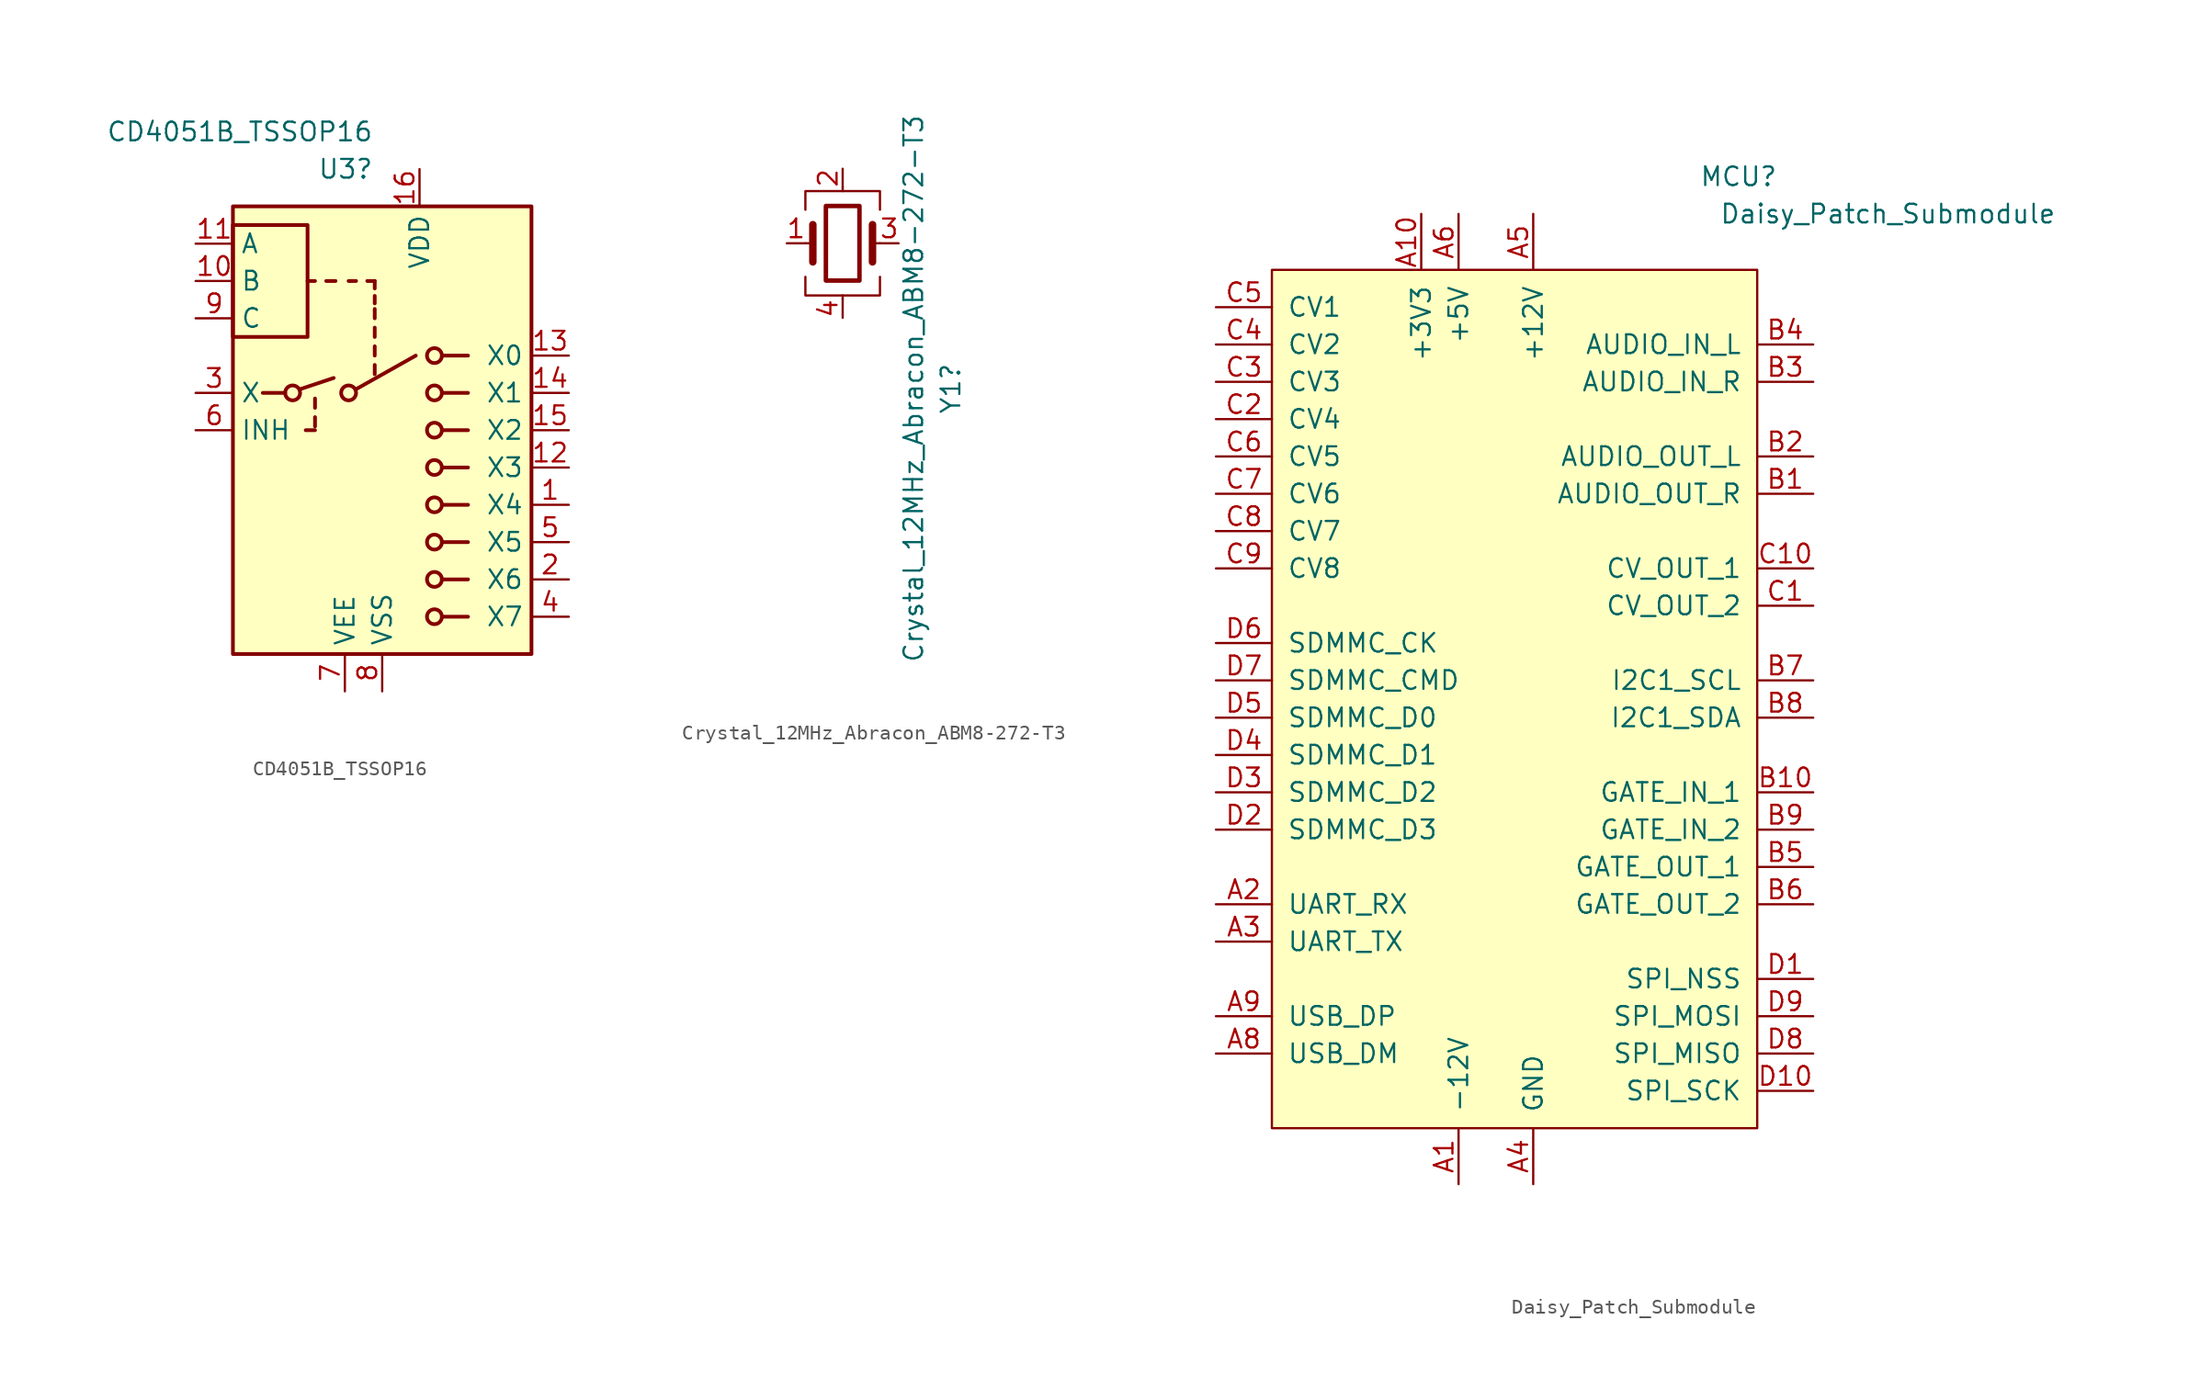
<source format=kicad_sym>
(kicad_symbol_lib
  (version 20241209)
  (generator "kicad_symbol_editor")
  (generator_version "9.0")
  (symbol "CD4051B_TSSOP16"
    (property "Reference" "U3"
      (at -0.578 17.78 0)
      (effects (font (size 1.27 1.27)) (justify right)))
    (property "Value" "CD4051B_TSSOP16"
      (at -0.578 20.32 0)
      (effects (font (size 1.27 1.27)) (justify right)))
    (symbol "CD4051B_TSSOP16_0_1"
      (rectangle (start -10.16 15.24) (end 10.16 -15.24) (stroke (width 0.254) (type default)) (fill (type background)))
      (rectangle (start -10.16 6.35) (end -5.08 13.97) (stroke (width 0.254) (type default)) (fill (type none)))
      (polyline (pts (xy -8.128 2.54) (xy -6.604 2.54)) (stroke (width 0.254) (type default)) (fill (type none)))
      (circle (center -6.096 2.54) (radius 0.508) (stroke (width 0.254) (type default)) (fill (type none)))
      (polyline (pts (xy -5.588 2.794) (xy -3.302 3.556)) (stroke (width 0.254) (type default)) (fill (type none)))
      (polyline (pts (xy -4.572 10.16) (xy -5.08 10.16)) (stroke (width 0.254) (type default)) (fill (type none)))
      (polyline (pts (xy -4.572 1.524) (xy -4.572 2.159)) (stroke (width 0.254) (type default)) (fill (type none)))
      (polyline (pts (xy -4.572 0.254) (xy -4.572 0.889)) (stroke (width 0.254) (type default)) (fill (type none)))
      (polyline (pts (xy -4.572 0) (xy -5.207 0)) (stroke (width 0.254) (type default)) (fill (type none)))
      (polyline (pts (xy -3.81 10.16) (xy -3.175 10.16)) (stroke (width 0.254) (type default)) (fill (type none)))
      (circle (center -2.286 2.54) (radius 0.508) (stroke (width 0.254) (type default)) (fill (type none)))
      (polyline (pts (xy -1.778 10.16) (xy -2.286 10.16)) (stroke (width 0.254) (type default)) (fill (type none)))
      (polyline (pts (xy -1.778 2.794) (xy 2.286 5.08)) (stroke (width 0.254) (type default)) (fill (type none)))
      (polyline (pts (xy -0.508 10.16) (xy -1.016 10.16)) (stroke (width 0.254) (type default)) (fill (type none)))
      (polyline (pts (xy -0.508 9.652) (xy -0.508 10.16)) (stroke (width 0.254) (type default)) (fill (type none)))
      (polyline (pts (xy -0.508 8.636) (xy -0.508 9.144)) (stroke (width 0.254) (type default)) (fill (type none)))
      (polyline (pts (xy -0.508 7.62) (xy -0.508 8.255)) (stroke (width 0.254) (type default)) (fill (type none)))
      (polyline (pts (xy -0.508 6.35) (xy -0.508 6.985)) (stroke (width 0.254) (type default)) (fill (type none)))
      (polyline (pts (xy -0.508 5.08) (xy -0.508 5.715)) (stroke (width 0.254) (type default)) (fill (type none)))
      (polyline (pts (xy -0.508 3.81) (xy -0.508 4.445)) (stroke (width 0.254) (type default)) (fill (type none)))
      (circle (center 3.556 5.08) (radius 0.508) (stroke (width 0.254) (type default)) (fill (type none)))
      (circle (center 3.556 2.54) (radius 0.508) (stroke (width 0.254) (type default)) (fill (type none)))
      (circle (center 3.556 0) (radius 0.508) (stroke (width 0.254) (type default)) (fill (type none)))
      (circle (center 3.556 -2.54) (radius 0.508) (stroke (width 0.254) (type default)) (fill (type none)))
      (circle (center 3.556 -5.08) (radius 0.508) (stroke (width 0.254) (type default)) (fill (type none)))
      (circle (center 3.556 -7.62) (radius 0.508) (stroke (width 0.254) (type default)) (fill (type none)))
      (circle (center 3.556 -10.16) (radius 0.508) (stroke (width 0.254) (type default)) (fill (type none)))
      (circle (center 3.556 -12.7) (radius 0.508) (stroke (width 0.254) (type default)) (fill (type none)))
      (polyline (pts (xy 4.064 5.08) (xy 5.842 5.08)) (stroke (width 0.254) (type default)) (fill (type none)))
      (polyline (pts (xy 4.064 2.54) (xy 5.842 2.54)) (stroke (width 0.254) (type default)) (fill (type none)))
      (polyline (pts (xy 4.064 0) (xy 5.842 0)) (stroke (width 0.254) (type default)) (fill (type none)))
      (polyline (pts (xy 4.064 -2.54) (xy 5.842 -2.54)) (stroke (width 0.254) (type default)) (fill (type none)))
      (polyline (pts (xy 4.064 -5.08) (xy 5.842 -5.08)) (stroke (width 0.254) (type default)) (fill (type none)))
      (polyline (pts (xy 4.064 -7.62) (xy 5.842 -7.62)) (stroke (width 0.254) (type default)) (fill (type none)))
      (polyline (pts (xy 4.064 -10.16) (xy 5.842 -10.16)) (stroke (width 0.254) (type default)) (fill (type none)))
      (polyline (pts (xy 4.064 -12.7) (xy 5.842 -12.7)) (stroke (width 0.254) (type default)) (fill (type none))))
    (symbol "CD4051B_TSSOP16_1_1"
      (pin input line (at -12.7 12.7 0) (length 2.54) (name "A" (effects (font (size 1.27 1.27)))) (number "11" (effects (font (size 1.27 1.27)))))
      (pin input line (at -12.7 10.16 0) (length 2.54) (name "B" (effects (font (size 1.27 1.27)))) (number "10" (effects (font (size 1.27 1.27)))))
      (pin input line (at -12.7 7.62 0) (length 2.54) (name "C" (effects (font (size 1.27 1.27)))) (number "9" (effects (font (size 1.27 1.27)))))
      (pin bidirectional line (at -12.7 2.54 0) (length 2.54) (name "X" (effects (font (size 1.27 1.27)))) (number "3" (effects (font (size 1.27 1.27)))))
      (pin input line (at -12.7 0 0) (length 2.54) (name "INH" (effects (font (size 1.27 1.27)))) (number "6" (effects (font (size 1.27 1.27)))))
      (pin power_in line (at -2.54 -17.78 90) (length 2.54) (name "VEE" (effects (font (size 1.27 1.27)))) (number "7" (effects (font (size 1.27 1.27)))))
      (pin power_in line (at 0 -17.78 90) (length 2.54) (name "VSS" (effects (font (size 1.27 1.27)))) (number "8" (effects (font (size 1.27 1.27)))))
      (pin power_in line (at 2.54 17.78 270) (length 2.54) (name "VDD" (effects (font (size 1.27 1.27)))) (number "16" (effects (font (size 1.27 1.27)))))
      (pin bidirectional line (at 12.7 5.08 180) (length 2.54) (name "X0" (effects (font (size 1.27 1.27)))) (number "13" (effects (font (size 1.27 1.27)))))
      (pin bidirectional line (at 12.7 2.54 180) (length 2.54) (name "X1" (effects (font (size 1.27 1.27)))) (number "14" (effects (font (size 1.27 1.27)))))
      (pin bidirectional line (at 12.7 0 180) (length 2.54) (name "X2" (effects (font (size 1.27 1.27)))) (number "15" (effects (font (size 1.27 1.27)))))
      (pin bidirectional line (at 12.7 -2.54 180) (length 2.54) (name "X3" (effects (font (size 1.27 1.27)))) (number "12" (effects (font (size 1.27 1.27)))))
      (pin bidirectional line (at 12.7 -5.08 180) (length 2.54) (name "X4" (effects (font (size 1.27 1.27)))) (number "1" (effects (font (size 1.27 1.27)))))
      (pin bidirectional line (at 12.7 -7.62 180) (length 2.54) (name "X5" (effects (font (size 1.27 1.27)))) (number "5" (effects (font (size 1.27 1.27)))))
      (pin bidirectional line (at 12.7 -10.16 180) (length 2.54) (name "X6" (effects (font (size 1.27 1.27)))) (number "2" (effects (font (size 1.27 1.27)))))
      (pin bidirectional line (at 12.7 -12.7 180) (length 2.54) (name "X7" (effects (font (size 1.27 1.27)))) (number "4" (effects (font (size 1.27 1.27)))))))
  (symbol "Crystal_12MHz_Abracon_ABM8-272-T3"
    (pin_names
      (offset 1.016)
      (hide yes))
    (property "Reference" "Y1"
      (at 7.366 -9.906 90)
      (effects (font (size 1.27 1.27))))
    (property "Value" "Crystal_12MHz_Abracon_ABM8-272-T3"
      (at 4.826 -9.906 90)
      (effects (font (size 1.27 1.27))))
    (symbol "Crystal_12MHz_Abracon_ABM8-272-T3_0_1"
      (polyline (pts (xy -2.54 2.286) (xy -2.54 3.556) (xy 2.54 3.556) (xy 2.54 2.286)) (stroke (width 0) (type default)) (fill (type none)))
      (polyline (pts (xy -2.54 0) (xy -2.032 0)) (stroke (width 0) (type default)) (fill (type none)))
      (polyline (pts (xy -2.54 -2.286) (xy -2.54 -3.556) (xy 2.54 -3.556) (xy 2.54 -2.286)) (stroke (width 0) (type default)) (fill (type none)))
      (polyline (pts (xy -2.032 -1.27) (xy -2.032 1.27)) (stroke (width 0.508) (type default)) (fill (type none)))
      (rectangle (start -1.143 2.54) (end 1.143 -2.54) (stroke (width 0.305) (type default)) (fill (type none)))
      (polyline (pts (xy 0 3.556) (xy 0 3.81)) (stroke (width 0) (type default)) (fill (type none)))
      (polyline (pts (xy 0 -3.81) (xy 0 -3.556)) (stroke (width 0) (type default)) (fill (type none)))
      (polyline (pts (xy 2.032 0) (xy 2.54 0)) (stroke (width 0) (type default)) (fill (type none)))
      (polyline (pts (xy 2.032 -1.27) (xy 2.032 1.27)) (stroke (width 0.508) (type default)) (fill (type none))))
    (symbol "Crystal_12MHz_Abracon_ABM8-272-T3_1_1"
      (pin passive line (at -3.81 0 0) (length 1.27) (name "1" (effects (font (size 1.27 1.27)))) (number "1" (effects (font (size 1.27 1.27)))))
      (pin passive line (at 0 5.08 270) (length 1.27) (name "2" (effects (font (size 1.27 1.27)))) (number "2" (effects (font (size 1.27 1.27)))))
      (pin passive line (at 0 -5.08 90) (length 1.27) (name "4" (effects (font (size 1.27 1.27)))) (number "4" (effects (font (size 1.27 1.27)))))
      (pin passive line (at 3.81 0 180) (length 1.27) (name "3" (effects (font (size 1.27 1.27)))) (number "3" (effects (font (size 1.27 1.27)))))))
  (symbol "Daisy_Patch_Submodule"
    (pin_names
      (offset 1.016))
    (property "Reference" "MCU"
      (at 15.24 35.56 0)
      (effects (font (size 1.27 1.27))))
    (property "Value" "Daisy_Patch_Submodule"
      (at 25.4 33.02 0)
      (effects (font (size 1.27 1.27))))
    (symbol "Daisy_Patch_Submodule_1_1"
      (rectangle (start -16.51 29.21) (end 16.51 -29.21) (stroke (width 0) (type solid)) (fill (type background)))
      (pin input line (at -20.32 26.67 0) (length 3.81) (name "CV1" (effects (font (size 1.27 1.27)))) (number "C5" (effects (font (size 1.27 1.27)))))
      (pin input line (at -20.32 24.13 0) (length 3.81) (name "CV2" (effects (font (size 1.27 1.27)))) (number "C4" (effects (font (size 1.27 1.27)))))
      (pin input line (at -20.32 21.59 0) (length 3.81) (name "CV3" (effects (font (size 1.27 1.27)))) (number "C3" (effects (font (size 1.27 1.27)))))
      (pin input line (at -20.32 19.05 0) (length 3.81) (name "CV4" (effects (font (size 1.27 1.27)))) (number "C2" (effects (font (size 1.27 1.27)))))
      (pin input line (at -20.32 16.51 0) (length 3.81) (name "CV5" (effects (font (size 1.27 1.27)))) (number "C6" (effects (font (size 1.27 1.27)))))
      (pin input line (at -20.32 13.97 0) (length 3.81) (name "CV6" (effects (font (size 1.27 1.27)))) (number "C7" (effects (font (size 1.27 1.27)))))
      (pin input line (at -20.32 11.43 0) (length 3.81) (name "CV7" (effects (font (size 1.27 1.27)))) (number "C8" (effects (font (size 1.27 1.27)))))
      (pin input line (at -20.32 8.89 0) (length 3.81) (name "CV8" (effects (font (size 1.27 1.27)))) (number "C9" (effects (font (size 1.27 1.27)))))
      (pin output line (at -20.32 3.81 0) (length 3.81) (name "SDMMC_CK" (effects (font (size 1.27 1.27)))) (number "D6" (effects (font (size 1.27 1.27)))))
      (pin output line (at -20.32 1.27 0) (length 3.81) (name "SDMMC_CMD" (effects (font (size 1.27 1.27)))) (number "D7" (effects (font (size 1.27 1.27)))))
      (pin bidirectional line (at -20.32 -1.27 0) (length 3.81) (name "SDMMC_D0" (effects (font (size 1.27 1.27)))) (number "D5" (effects (font (size 1.27 1.27)))))
      (pin bidirectional line (at -20.32 -3.81 0) (length 3.81) (name "SDMMC_D1" (effects (font (size 1.27 1.27)))) (number "D4" (effects (font (size 1.27 1.27)))))
      (pin bidirectional line (at -20.32 -6.35 0) (length 3.81) (name "SDMMC_D2" (effects (font (size 1.27 1.27)))) (number "D3" (effects (font (size 1.27 1.27)))))
      (pin bidirectional line (at -20.32 -8.89 0) (length 3.81) (name "SDMMC_D3" (effects (font (size 1.27 1.27)))) (number "D2" (effects (font (size 1.27 1.27)))))
      (pin input line (at -20.32 -13.97 0) (length 3.81) (name "UART_RX" (effects (font (size 1.27 1.27)))) (number "A2" (effects (font (size 1.27 1.27)))))
      (pin output line (at -20.32 -16.51 0) (length 3.81) (name "UART_TX" (effects (font (size 1.27 1.27)))) (number "A3" (effects (font (size 1.27 1.27)))))
      (pin bidirectional line (at -20.32 -21.59 0) (length 3.81) (name "USB_DP" (effects (font (size 1.27 1.27)))) (number "A9" (effects (font (size 1.27 1.27)))))
      (pin bidirectional line (at -20.32 -24.13 0) (length 3.81) (name "USB_DM" (effects (font (size 1.27 1.27)))) (number "A8" (effects (font (size 1.27 1.27)))))
      (pin power_out line (at -6.35 33.02 270) (length 3.81) (name "+3V3" (effects (font (size 1.27 1.27)))) (number "A10" (effects (font (size 1.27 1.27)))))
      (pin power_out line (at -3.81 33.02 270) (length 3.81) (name "+5V" (effects (font (size 1.27 1.27)))) (number "A6" (effects (font (size 1.27 1.27)))))
      (pin power_in line (at -3.81 -33.02 90) (length 3.81) (name "-12V" (effects (font (size 1.27 1.27)))) (number "A1" (effects (font (size 1.27 1.27)))))
      (pin power_in line (at 1.27 33.02 270) (length 3.81) (name "+12V" (effects (font (size 1.27 1.27)))) (number "A5" (effects (font (size 1.27 1.27)))))
      (pin power_in line (at 1.27 -33.02 90) (length 3.81) (name "GND" (effects (font (size 1.27 1.27)))) (number "A4" (effects (font (size 1.27 1.27)))))
      (pin input line (at 20.32 24.13 180) (length 3.81) (name "AUDIO_IN_L" (effects (font (size 1.27 1.27)))) (number "B4" (effects (font (size 1.27 1.27)))))
      (pin input line (at 20.32 21.59 180) (length 3.81) (name "AUDIO_IN_R" (effects (font (size 1.27 1.27)))) (number "B3" (effects (font (size 1.27 1.27)))))
      (pin output line (at 20.32 16.51 180) (length 3.81) (name "AUDIO_OUT_L" (effects (font (size 1.27 1.27)))) (number "B2" (effects (font (size 1.27 1.27)))))
      (pin output line (at 20.32 13.97 180) (length 3.81) (name "AUDIO_OUT_R" (effects (font (size 1.27 1.27)))) (number "B1" (effects (font (size 1.27 1.27)))))
      (pin output line (at 20.32 8.89 180) (length 3.81) (name "CV_OUT_1" (effects (font (size 1.27 1.27)))) (number "C10" (effects (font (size 1.27 1.27)))))
      (pin output line (at 20.32 6.35 180) (length 3.81) (name "CV_OUT_2" (effects (font (size 1.27 1.27)))) (number "C1" (effects (font (size 1.27 1.27)))))
      (pin open_collector line (at 20.32 1.27 180) (length 3.81) (name "I2C1_SCL" (effects (font (size 1.27 1.27)))) (number "B7" (effects (font (size 1.27 1.27)))))
      (pin open_collector line (at 20.32 -1.27 180) (length 3.81) (name "I2C1_SDA" (effects (font (size 1.27 1.27)))) (number "B8" (effects (font (size 1.27 1.27)))))
      (pin input line (at 20.32 -6.35 180) (length 3.81) (name "GATE_IN_1" (effects (font (size 1.27 1.27)))) (number "B10" (effects (font (size 1.27 1.27)))))
      (pin input line (at 20.32 -8.89 180) (length 3.81) (name "GATE_IN_2" (effects (font (size 1.27 1.27)))) (number "B9" (effects (font (size 1.27 1.27)))))
      (pin output line (at 20.32 -11.43 180) (length 3.81) (name "GATE_OUT_1" (effects (font (size 1.27 1.27)))) (number "B5" (effects (font (size 1.27 1.27)))))
      (pin output line (at 20.32 -13.97 180) (length 3.81) (name "GATE_OUT_2" (effects (font (size 1.27 1.27)))) (number "B6" (effects (font (size 1.27 1.27)))))
      (pin output line (at 20.32 -19.05 180) (length 3.81) (name "SPI_NSS" (effects (font (size 1.27 1.27)))) (number "D1" (effects (font (size 1.27 1.27)))))
      (pin output line (at 20.32 -21.59 180) (length 3.81) (name "SPI_MOSI" (effects (font (size 1.27 1.27)))) (number "D9" (effects (font (size 1.27 1.27)))))
      (pin input line (at 20.32 -24.13 180) (length 3.81) (name "SPI_MISO" (effects (font (size 1.27 1.27)))) (number "D8" (effects (font (size 1.27 1.27)))))
      (pin output line (at 20.32 -26.67 180) (length 3.81) (name "SPI_SCK" (effects (font (size 1.27 1.27)))) (number "D10" (effects (font (size 1.27 1.27))))))))
</source>
